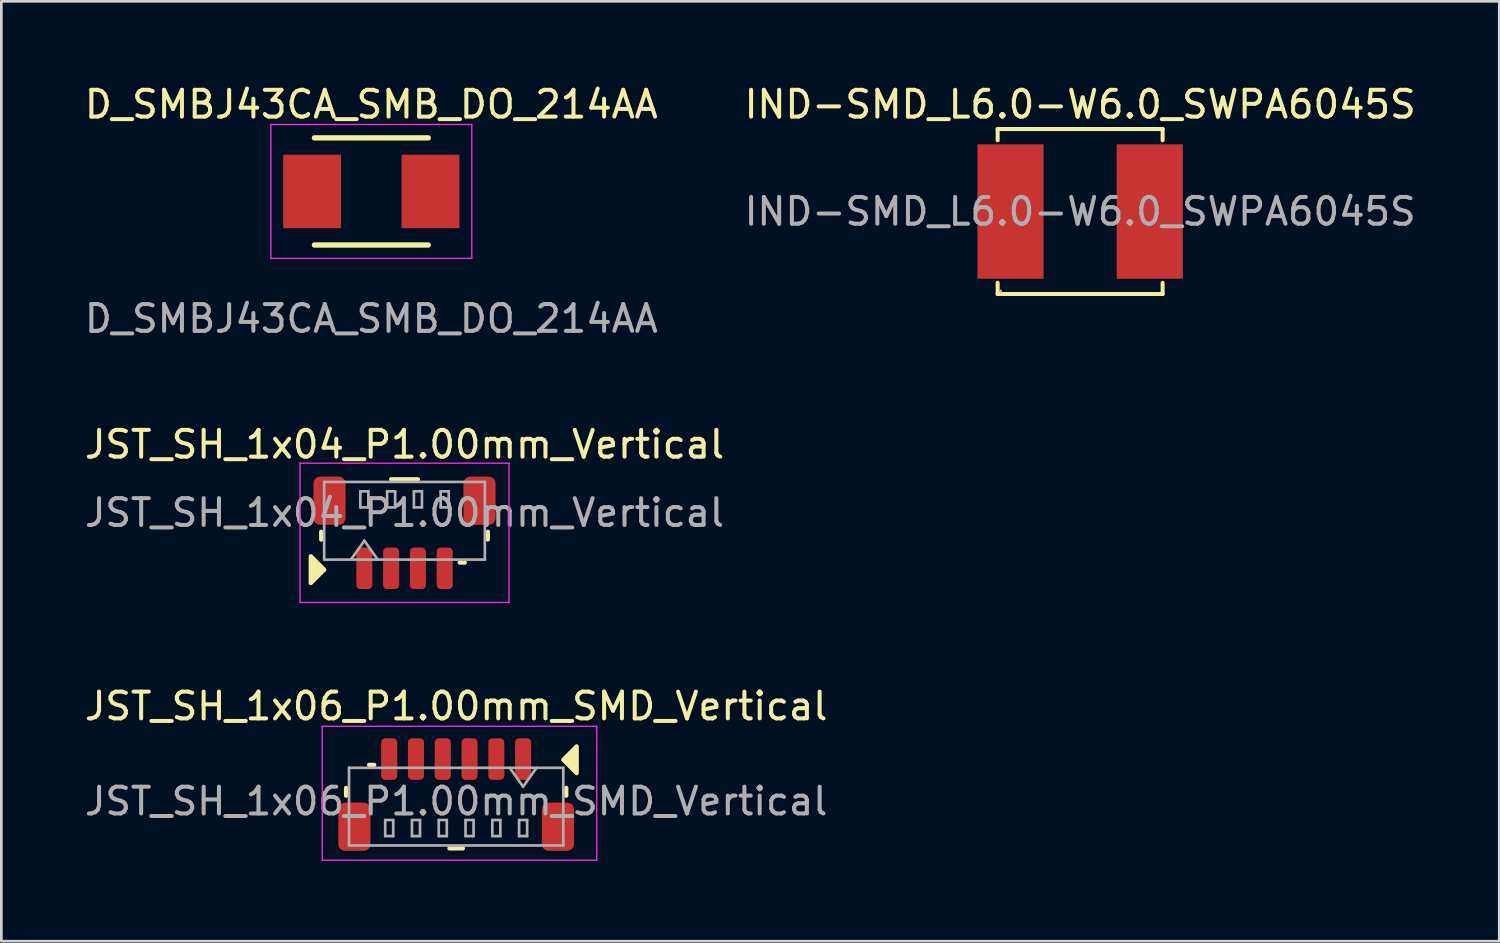
<source format=kicad_pcb>
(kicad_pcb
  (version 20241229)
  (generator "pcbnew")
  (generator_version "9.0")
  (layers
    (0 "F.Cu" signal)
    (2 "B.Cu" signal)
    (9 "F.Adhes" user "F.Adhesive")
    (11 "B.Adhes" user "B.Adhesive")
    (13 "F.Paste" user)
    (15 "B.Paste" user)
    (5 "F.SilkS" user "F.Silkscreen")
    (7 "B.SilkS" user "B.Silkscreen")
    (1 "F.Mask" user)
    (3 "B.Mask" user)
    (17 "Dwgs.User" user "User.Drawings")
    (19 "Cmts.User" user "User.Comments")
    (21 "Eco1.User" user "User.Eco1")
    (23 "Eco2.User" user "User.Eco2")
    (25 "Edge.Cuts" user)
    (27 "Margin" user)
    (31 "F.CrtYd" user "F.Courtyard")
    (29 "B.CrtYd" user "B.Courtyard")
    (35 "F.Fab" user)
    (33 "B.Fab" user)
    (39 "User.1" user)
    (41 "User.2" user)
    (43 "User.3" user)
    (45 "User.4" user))
  (footprint "JST_SH_1x04_P1.00mm_Vertical"
    (layer "F.Cu")
    (at 12.054 16.895)
    (property "Reference" "JST_SH_1x04_P1.00mm_Vertical" (at 0 -3.35 0) (layer "F.SilkS") (effects (font (size 1 1) (thickness 0.15))))
    (attr smd)
    (fp_line (start -3.11 -0.09) (end -3.11 0.2) (stroke (width 0.16) (type solid)) (layer "F.SilkS"))
    (fp_line (start -0.5 -2.05) (end 0.5 -2.05) (stroke (width 0.16) (type solid)) (layer "F.SilkS"))
    (fp_line (start 2.25 1.06) (end 2.06 1.06) (stroke (width 0.16) (type solid)) (layer "F.SilkS"))
    (fp_line (start 3.11 -0.09) (end 3.11 0.2) (stroke (width 0.16) (type solid)) (layer "F.SilkS"))
    (fp_poly (pts (xy -3.5 0.825) (xy -3 1.325) (xy -3.5 1.825)) (stroke (width 0.16) (type solid)) (fill yes) (layer "F.SilkS"))
    (fp_line (start -3.9 -2.65) (end -3.9 2.55) (stroke (width 0.05) (type solid)) (layer "F.CrtYd"))
    (fp_line (start -3.9 2.55) (end 3.9 2.55) (stroke (width 0.05) (type solid)) (layer "F.CrtYd"))
    (fp_line (start 3.9 -2.65) (end -3.9 -2.65) (stroke (width 0.05) (type solid)) (layer "F.CrtYd"))
    (fp_line (start 3.9 2.55) (end 3.9 -2.65) (stroke (width 0.05) (type solid)) (layer "F.CrtYd"))
    (fp_line (start -3 -1.95) (end 3 -1.95) (stroke (width 0.1) (type solid)) (layer "F.Fab"))
    (fp_line (start -3 0.95) (end -3 -1.95) (stroke (width 0.1) (type solid)) (layer "F.Fab"))
    (fp_line (start -3 0.95) (end 3 0.95) (stroke (width 0.1) (type solid)) (layer "F.Fab"))
    (fp_line (start -2 0.95) (end -1.5 0.243) (stroke (width 0.1) (type solid)) (layer "F.Fab"))
    (fp_line (start -1.65 -1.6) (end -1.65 -1) (stroke (width 0.1) (type solid)) (layer "F.Fab"))
    (fp_line (start -1.65 -1) (end -1.35 -1) (stroke (width 0.1) (type solid)) (layer "F.Fab"))
    (fp_line (start -1.5 0.243) (end -1 0.95) (stroke (width 0.1) (type solid)) (layer "F.Fab"))
    (fp_line (start -1.35 -1.6) (end -1.65 -1.6) (stroke (width 0.1) (type solid)) (layer "F.Fab"))
    (fp_line (start -1.35 -1) (end -1.35 -1.6) (stroke (width 0.1) (type solid)) (layer "F.Fab"))
    (fp_line (start -0.65 -1.6) (end -0.65 -1) (stroke (width 0.1) (type solid)) (layer "F.Fab"))
    (fp_line (start -0.65 -1) (end -0.35 -1) (stroke (width 0.1) (type solid)) (layer "F.Fab"))
    (fp_line (start -0.35 -1.6) (end -0.65 -1.6) (stroke (width 0.1) (type solid)) (layer "F.Fab"))
    (fp_line (start -0.35 -1) (end -0.35 -1.6) (stroke (width 0.1) (type solid)) (layer "F.Fab"))
    (fp_line (start 0.35 -1.6) (end 0.35 -1) (stroke (width 0.1) (type solid)) (layer "F.Fab"))
    (fp_line (start 0.35 -1) (end 0.65 -1) (stroke (width 0.1) (type solid)) (layer "F.Fab"))
    (fp_line (start 0.65 -1.6) (end 0.35 -1.6) (stroke (width 0.1) (type solid)) (layer "F.Fab"))
    (fp_line (start 0.65 -1) (end 0.65 -1.6) (stroke (width 0.1) (type solid)) (layer "F.Fab"))
    (fp_line (start 1.35 -1.6) (end 1.35 -1) (stroke (width 0.1) (type solid)) (layer "F.Fab"))
    (fp_line (start 1.35 -1) (end 1.65 -1) (stroke (width 0.1) (type solid)) (layer "F.Fab"))
    (fp_line (start 1.65 -1.6) (end 1.35 -1.6) (stroke (width 0.1) (type solid)) (layer "F.Fab"))
    (fp_line (start 1.65 -1) (end 1.65 -1.6) (stroke (width 0.1) (type solid)) (layer "F.Fab"))
    (fp_line (start 3 0.95) (end 3 -1.95) (stroke (width 0.1) (type solid)) (layer "F.Fab"))
    (fp_text user "${REFERENCE}" (at 0 -0.8 0) (layer "F.Fab") (effects (font (size 1 1) (thickness 0.15))))
    (pad "1" smd roundrect (at -1.5 1.275) (size 0.6 1.55) (layers "F.Cu" "F.Mask" "F.Paste") (roundrect_rratio 0.25))
    (pad "2" smd roundrect (at -0.5 1.275) (size 0.6 1.55) (layers "F.Cu" "F.Mask" "F.Paste") (roundrect_rratio 0.25))
    (pad "3" smd roundrect (at 0.5 1.275) (size 0.6 1.55) (layers "F.Cu" "F.Mask" "F.Paste") (roundrect_rratio 0.25))
    (pad "4" smd roundrect (at 1.5 1.275) (size 0.6 1.55) (layers "F.Cu" "F.Mask" "F.Paste") (roundrect_rratio 0.25))
    (pad "MP" smd roundrect (at -2.8 -1.25) (size 1.2 1.8) (layers "F.Cu" "F.Mask" "F.Paste") (roundrect_rratio 0.208))
    (pad "MP" smd roundrect (at 2.8 -1.25) (size 1.2 1.8) (layers "F.Cu" "F.Mask" "F.Paste") (roundrect_rratio 0.208)))
  (footprint "IND-SMD_L6.0-W6.0_SWPA6045S"
    (layer "F.Cu")
    (at 37.28 4.848)
    (property "Reference" "IND-SMD_L6.0-W6.0_SWPA6045S" (at 0 -4 0) (layer "F.SilkS") (effects (font (size 1 1) (thickness 0.15))))
    (attr smd)
    (fp_line (start -3.08 -3.08) (end 3.08 -3.08) (stroke (width 0.15) (type solid)) (layer "F.SilkS"))
    (fp_line (start -3.08 -2.66) (end -3.08 -3.08) (stroke (width 0.15) (type solid)) (layer "F.SilkS"))
    (fp_line (start -3.08 2.66) (end -3.08 3.08) (stroke (width 0.15) (type solid)) (layer "F.SilkS"))
    (fp_line (start -3.08 3.08) (end 3.08 3.08) (stroke (width 0.15) (type solid)) (layer "F.SilkS"))
    (fp_line (start 3.08 -3.08) (end 3.08 -2.66) (stroke (width 0.15) (type solid)) (layer "F.SilkS"))
    (fp_line (start 3.08 3.08) (end 3.08 2.66) (stroke (width 0.15) (type solid)) (layer "F.SilkS"))
    (fp_circle (center -2.97 2.97) (end -2.94 2.97) (stroke (width 0.06) (type solid)) (fill no) (layer "F.Fab"))
    (fp_text user "${REFERENCE}" (at 0 0 0) (layer "F.Fab") (effects (font (size 1 1) (thickness 0.15))))
    (pad "1" smd rect (at -2.6 0 180) (size 2.47 5.02) (layers "F.Cu" "F.Mask" "F.Paste"))
    (pad "2" smd rect (at 2.6 0 180) (size 2.47 5.02) (layers "F.Cu" "F.Mask" "F.Paste")))
  (footprint "D_SMBJ43CA_SMB_DO_214AA"
    (layer "F.Cu")
    (at 10.815 4.098)
    (property "Reference" "D_SMBJ43CA_SMB_DO_214AA" (at 0 -3.25 0) (layer "F.SilkS") (effects (font (size 1 1) (thickness 0.15))))
    (attr smd)
    (fp_line (start 2.125 -2) (end -2.125 -2) (stroke (width 0.2) (type solid)) (layer "F.SilkS"))
    (fp_line (start 2.125 2) (end -2.125 2) (stroke (width 0.2) (type solid)) (layer "F.SilkS"))
    (fp_line (start -3.75 -2.5) (end 3.75 -2.5) (stroke (width 0.05) (type default)) (layer "F.CrtYd"))
    (fp_line (start -3.75 2.5) (end -3.75 -2.5) (stroke (width 0.05) (type default)) (layer "F.CrtYd"))
    (fp_line (start 3.75 -2.5) (end 3.75 2.5) (stroke (width 0.05) (type default)) (layer "F.CrtYd"))
    (fp_line (start 3.75 2.5) (end -3.75 2.5) (stroke (width 0.05) (type default)) (layer "F.CrtYd"))
    (fp_text user "${REFERENCE}" (at 0 4.75 0) (layer "F.Fab") (effects (font (size 1 1) (thickness 0.15))))
    (dimension (type aligned) (layer "User.1") (pts (xy 7.526 5.47) (xy 7.526 2.727)) (height -0.1) (format (prefix "") (suffix "") (units 3) (units_format 1) (precision 2)) (style (thickness 0.01) (arrow_length 0.01) (text_position_mode 2) (arrow_direction outward) (extension_height 0) (extension_offset 0) (keep_text_aligned yes)) (gr_text "2.74 mm" (at 7.315 4.098 90) (layer "User.1") (effects (font (size 0.1 0.1) (thickness 0.15)))))
    (dimension (type aligned) (layer "User.1") (pts (xy 9.685 5.47) (xy 7.526 5.47)) (height -0.1) (format (prefix "") (suffix "") (units 3) (units_format 1) (precision 2)) (style (thickness 0.01) (arrow_length 0.01) (text_position_mode 2) (arrow_direction outward) (extension_height 0) (extension_offset 0) (keep_text_aligned yes)) (gr_text "2.16 mm" (at 8.565 5.627 0) (layer "User.1") (effects (font (size 0.1 0.1) (thickness 0.15)))))
    (dimension (type aligned) (layer "User.1") (pts (xy 9.685 2.727) (xy 11.946 2.727)) (height -0.1) (format (prefix "") (suffix "") (units 3) (units_format 1) (precision 2)) (style (thickness 0.01) (arrow_length 0.01) (text_position_mode 2) (arrow_direction outward) (extension_height 0) (extension_offset 0) (keep_text_aligned yes)) (gr_text "2.26 mm" (at 10.815 2.598 0) (layer "User.1") (effects (font (size 0.1 0.1) (thickness 0.15)))))
    (pad "1" smd rect (at -2.21 0) (size 2.159 2.743) (layers "F.Cu" "F.Mask" "F.Paste"))
    (pad "2" smd rect (at 2.21 0) (size 2.159 2.743) (layers "F.Cu" "F.Mask" "F.Paste")))
  (footprint "JST_SH_1x06_P1.00mm_SMD_Vertical"
    (layer "F.Cu")
    (at 13.982 27.068)
    (property "Reference" "JST_SH_1x06_P1.00mm_SMD_Vertical" (at 0 -3.75 0) (layer "F.SilkS") (effects (font (size 1 1) (thickness 0.15))))
    (attr smd)
    (fp_line (start -4.11 -0.41) (end -4.11 -0.7) (stroke (width 0.16) (type solid)) (layer "F.SilkS"))
    (fp_line (start -3.25 -1.56) (end -3.06 -1.56) (stroke (width 0.16) (type solid)) (layer "F.SilkS"))
    (fp_line (start 0.25 1.56) (end -0.25 1.56) (stroke (width 0.16) (type solid)) (layer "F.SilkS"))
    (fp_line (start 4.11 -0.41) (end 4.11 -0.7) (stroke (width 0.16) (type solid)) (layer "F.SilkS"))
    (fp_poly (pts (xy 4.5 -1.25) (xy 4 -1.75) (xy 4.5 -2.25)) (stroke (width 0.16) (type solid)) (fill yes) (layer "F.SilkS"))
    (fp_line (start -5 -3) (end -5 2) (stroke (width 0.05) (type solid)) (layer "F.CrtYd"))
    (fp_line (start -5 2) (end 5.25 2) (stroke (width 0.05) (type solid)) (layer "F.CrtYd"))
    (fp_line (start 5.25 -3) (end -5 -3) (stroke (width 0.05) (type solid)) (layer "F.CrtYd"))
    (fp_line (start 5.25 2) (end 5.25 -3) (stroke (width 0.05) (type solid)) (layer "F.CrtYd"))
    (fp_line (start -4 -1.45) (end -4 1.45) (stroke (width 0.1) (type solid)) (layer "F.Fab"))
    (fp_line (start -2.65 0.5) (end -2.65 1.1) (stroke (width 0.1) (type solid)) (layer "F.Fab"))
    (fp_line (start -2.65 1.1) (end -2.35 1.1) (stroke (width 0.1) (type solid)) (layer "F.Fab"))
    (fp_line (start -2.35 0.5) (end -2.65 0.5) (stroke (width 0.1) (type solid)) (layer "F.Fab"))
    (fp_line (start -2.35 1.1) (end -2.35 0.5) (stroke (width 0.1) (type solid)) (layer "F.Fab"))
    (fp_line (start -1.65 0.5) (end -1.65 1.1) (stroke (width 0.1) (type solid)) (layer "F.Fab"))
    (fp_line (start -1.65 1.1) (end -1.35 1.1) (stroke (width 0.1) (type solid)) (layer "F.Fab"))
    (fp_line (start -1.35 0.5) (end -1.65 0.5) (stroke (width 0.1) (type solid)) (layer "F.Fab"))
    (fp_line (start -1.35 1.1) (end -1.35 0.5) (stroke (width 0.1) (type solid)) (layer "F.Fab"))
    (fp_line (start -0.65 0.5) (end -0.65 1.1) (stroke (width 0.1) (type solid)) (layer "F.Fab"))
    (fp_line (start -0.65 1.1) (end -0.35 1.1) (stroke (width 0.1) (type solid)) (layer "F.Fab"))
    (fp_line (start -0.35 0.5) (end -0.65 0.5) (stroke (width 0.1) (type solid)) (layer "F.Fab"))
    (fp_line (start -0.35 1.1) (end -0.35 0.5) (stroke (width 0.1) (type solid)) (layer "F.Fab"))
    (fp_line (start 0.35 0.5) (end 0.35 1.1) (stroke (width 0.1) (type solid)) (layer "F.Fab"))
    (fp_line (start 0.35 1.1) (end 0.65 1.1) (stroke (width 0.1) (type solid)) (layer "F.Fab"))
    (fp_line (start 0.65 0.5) (end 0.35 0.5) (stroke (width 0.1) (type solid)) (layer "F.Fab"))
    (fp_line (start 0.65 1.1) (end 0.65 0.5) (stroke (width 0.1) (type solid)) (layer "F.Fab"))
    (fp_line (start 1.35 0.5) (end 1.35 1.1) (stroke (width 0.1) (type solid)) (layer "F.Fab"))
    (fp_line (start 1.35 1.1) (end 1.65 1.1) (stroke (width 0.1) (type solid)) (layer "F.Fab"))
    (fp_line (start 1.65 0.5) (end 1.35 0.5) (stroke (width 0.1) (type solid)) (layer "F.Fab"))
    (fp_line (start 1.65 1.1) (end 1.65 0.5) (stroke (width 0.1) (type solid)) (layer "F.Fab"))
    (fp_line (start 2.35 0.5) (end 2.35 1.1) (stroke (width 0.1) (type solid)) (layer "F.Fab"))
    (fp_line (start 2.35 1.1) (end 2.65 1.1) (stroke (width 0.1) (type solid)) (layer "F.Fab"))
    (fp_line (start 2.5 -0.743) (end 2 -1.45) (stroke (width 0.1) (type solid)) (layer "F.Fab"))
    (fp_line (start 2.65 0.5) (end 2.35 0.5) (stroke (width 0.1) (type solid)) (layer "F.Fab"))
    (fp_line (start 2.65 1.1) (end 2.65 0.5) (stroke (width 0.1) (type solid)) (layer "F.Fab"))
    (fp_line (start 3 -1.45) (end 2.5 -0.743) (stroke (width 0.1) (type solid)) (layer "F.Fab"))
    (fp_line (start 4 -1.45) (end -4 -1.45) (stroke (width 0.1) (type solid)) (layer "F.Fab"))
    (fp_line (start 4 -1.45) (end 4 1.45) (stroke (width 0.1) (type solid)) (layer "F.Fab"))
    (fp_line (start 4 1.45) (end -4 1.45) (stroke (width 0.1) (type solid)) (layer "F.Fab"))
    (fp_text user "${REFERENCE}" (at 0 -0.2 180) (layer "F.Fab") (effects (font (size 1 1) (thickness 0.15))))
    (pad "1" smd roundrect (at 2.5 -1.775 180) (size 0.6 1.55) (layers "F.Cu" "F.Mask" "F.Paste") (roundrect_rratio 0.25))
    (pad "2" smd roundrect (at 1.5 -1.775 180) (size 0.6 1.55) (layers "F.Cu" "F.Mask" "F.Paste") (roundrect_rratio 0.25))
    (pad "3" smd roundrect (at 0.5 -1.775 180) (size 0.6 1.55) (layers "F.Cu" "F.Mask" "F.Paste") (roundrect_rratio 0.25))
    (pad "4" smd roundrect (at -0.5 -1.775 180) (size 0.6 1.55) (layers "F.Cu" "F.Mask" "F.Paste") (roundrect_rratio 0.25))
    (pad "5" smd roundrect (at -1.5 -1.775 180) (size 0.6 1.55) (layers "F.Cu" "F.Mask" "F.Paste") (roundrect_rratio 0.25))
    (pad "6" smd roundrect (at -2.5 -1.775 180) (size 0.6 1.55) (layers "F.Cu" "F.Mask" "F.Paste") (roundrect_rratio 0.25))
    (pad "MP" smd roundrect (at -3.8 0.75 180) (size 1.2 1.8) (layers "F.Cu" "F.Mask" "F.Paste") (roundrect_rratio 0.208))
    (pad "MP" smd roundrect (at 3.8 0.75 180) (size 1.2 1.8) (layers "F.Cu" "F.Mask" "F.Paste") (roundrect_rratio 0.208)))
  (gr_rect
    (start -3 -3)
    (end 52.929 32.093)
    (stroke (width 0.1) (type default))
    (fill no)
    (layer "Edge.Cuts")))
</source>
